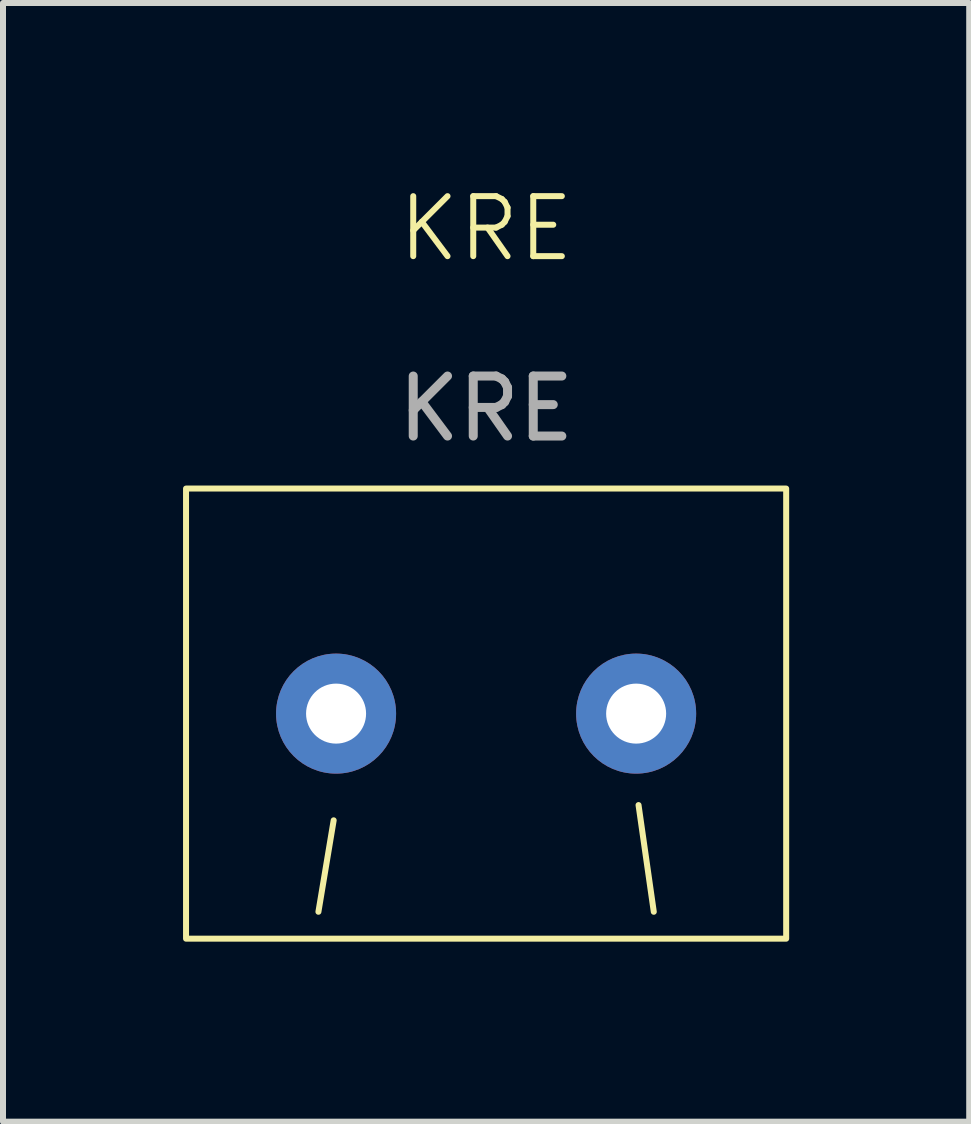
<source format=kicad_pcb>
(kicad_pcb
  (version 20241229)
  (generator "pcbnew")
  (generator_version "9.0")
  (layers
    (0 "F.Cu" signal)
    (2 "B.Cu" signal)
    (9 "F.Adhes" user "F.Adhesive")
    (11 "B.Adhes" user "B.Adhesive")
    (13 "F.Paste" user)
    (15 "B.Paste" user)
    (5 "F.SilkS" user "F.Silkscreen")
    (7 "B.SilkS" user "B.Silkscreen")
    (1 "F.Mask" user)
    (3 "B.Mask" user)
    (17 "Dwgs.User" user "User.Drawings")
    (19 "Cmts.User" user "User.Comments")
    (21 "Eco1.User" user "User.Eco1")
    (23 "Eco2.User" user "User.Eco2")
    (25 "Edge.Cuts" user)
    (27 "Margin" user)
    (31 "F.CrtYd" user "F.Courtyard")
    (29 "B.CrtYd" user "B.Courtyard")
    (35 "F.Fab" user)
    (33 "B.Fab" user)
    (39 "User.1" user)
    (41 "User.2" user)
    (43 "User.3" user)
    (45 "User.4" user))
  (footprint "KRE"
    (layer "F.Cu")
    (at 5.05 8.841)
    (property "Reference" "KRE" (at 0 -8.08 0) (unlocked yes) (layer "F.SilkS") (effects (font (size 1 1) (thickness 0.1))))
    (attr through_hole)
    (fp_line (start -2.54 1.778) (end -2.794 3.302) (stroke (width 0.1) (type default)) (layer "F.SilkS"))
    (fp_line (start 2.54 1.524) (end 2.794 3.302) (stroke (width 0.1) (type default)) (layer "F.SilkS"))
    (fp_rect (start -5 -3.75) (end 5 3.75) (stroke (width 0.1) (type default)) (fill no) (layer "F.SilkS"))
    (fp_text user "${REFERENCE}" (at 0 -5.08 0) (unlocked yes) (layer "F.Fab") (effects (font (size 1 1) (thickness 0.15))))
    (pad "1" thru_hole circle (at -2.5 0) (size 2 2) (drill 1) (layers "*.Cu" "*.Mask"))
    (pad "2" thru_hole circle (at 2.5 0) (size 2 2) (drill 1) (layers "*.Cu" "*.Mask")))
  (gr_rect
    (start -3 -3)
    (end 13.1 15.64)
    (stroke (width 0.1) (type default))
    (fill no)
    (layer "Edge.Cuts")))
</source>
